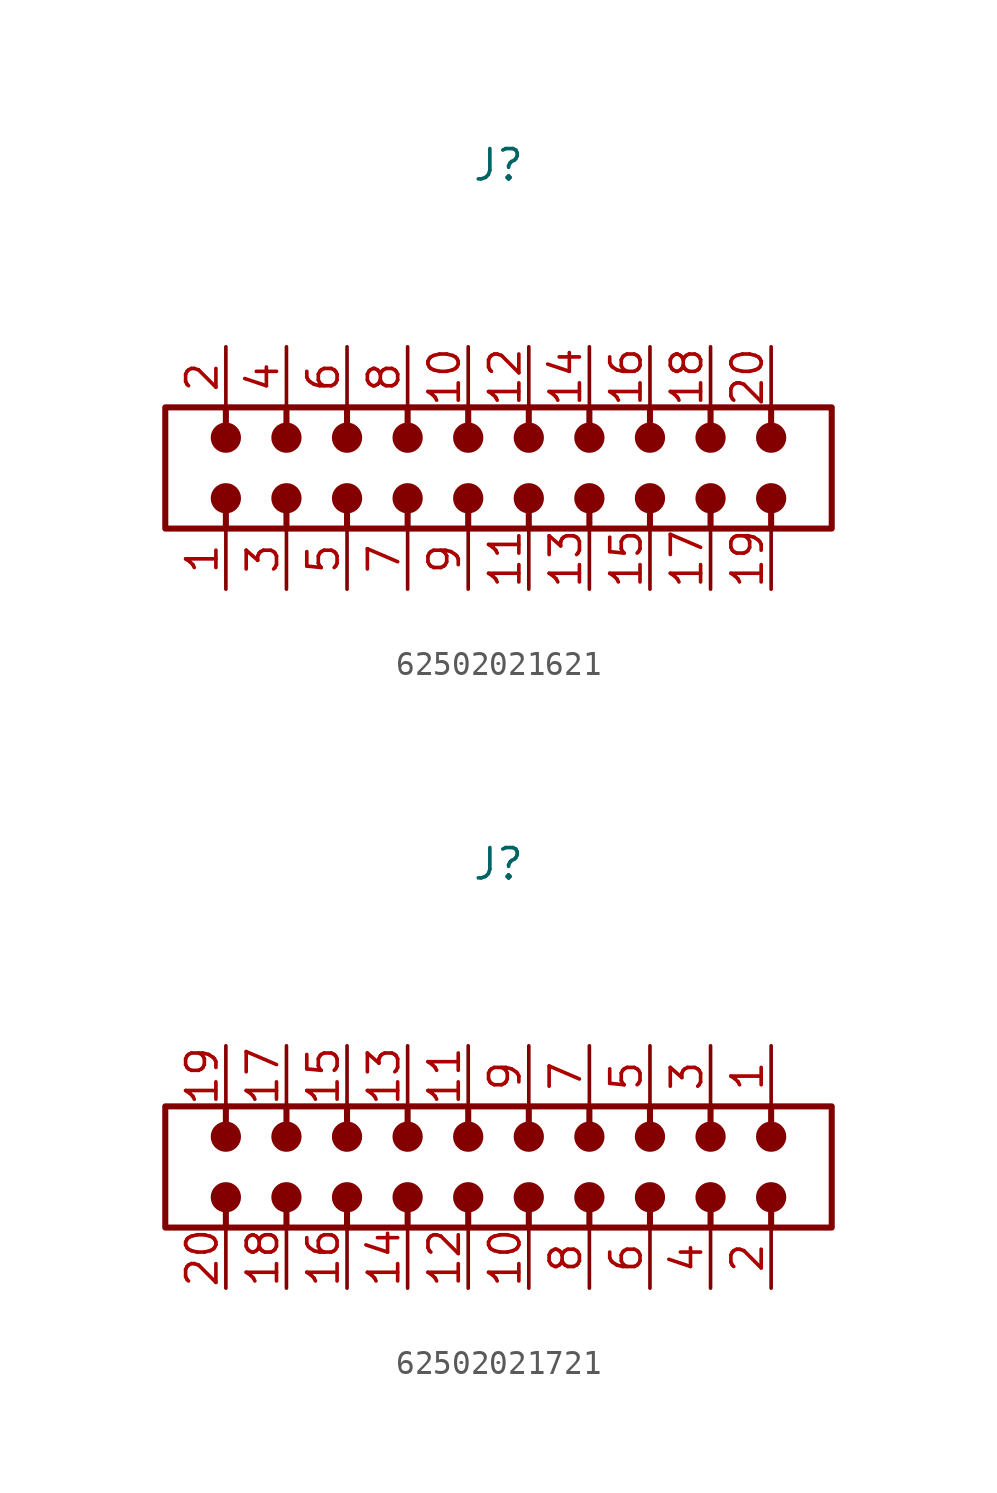
<source format=kicad_sym>
(kicad_symbol_lib
  (version 20241209)
  (generator "kicad_symbol_editor")
  (generator_version "9.0")
  (symbol "62502021621"
    (pin_names
      (hide yes))
    (property "Reference" "J"
      (at 0 12.7 0)
      (effects (font (size 1.27 1.27))))
    (symbol "62502021621_1_1"
      (rectangle (start -13.97 2.54) (end 13.97 -2.54) (stroke (width 0.254) (type solid)) (fill (type none)))
      (polyline (pts (xy -11.43 1.778) (xy -11.43 2.54)) (stroke (width 0.254) (type solid)) (fill (type none)))
      (circle (center -11.43 1.27) (radius 0.508) (stroke (width 0.254) (type solid)) (fill (type outline)))
      (circle (center -11.43 -1.27) (radius 0.508) (stroke (width 0.254) (type solid)) (fill (type outline)))
      (polyline (pts (xy -11.43 -1.778) (xy -11.43 -2.54)) (stroke (width 0.254) (type solid)) (fill (type none)))
      (polyline (pts (xy -8.89 1.778) (xy -8.89 2.54)) (stroke (width 0.254) (type solid)) (fill (type none)))
      (circle (center -8.89 1.27) (radius 0.508) (stroke (width 0.254) (type solid)) (fill (type outline)))
      (circle (center -8.89 -1.27) (radius 0.508) (stroke (width 0.254) (type solid)) (fill (type outline)))
      (polyline (pts (xy -8.89 -1.778) (xy -8.89 -2.54)) (stroke (width 0.254) (type solid)) (fill (type none)))
      (polyline (pts (xy -6.35 1.778) (xy -6.35 2.54)) (stroke (width 0.254) (type solid)) (fill (type none)))
      (circle (center -6.35 1.27) (radius 0.508) (stroke (width 0.254) (type solid)) (fill (type outline)))
      (circle (center -6.35 -1.27) (radius 0.508) (stroke (width 0.254) (type solid)) (fill (type outline)))
      (polyline (pts (xy -6.35 -1.778) (xy -6.35 -2.54)) (stroke (width 0.254) (type solid)) (fill (type none)))
      (polyline (pts (xy -3.81 1.778) (xy -3.81 2.54)) (stroke (width 0.254) (type solid)) (fill (type none)))
      (circle (center -3.81 1.27) (radius 0.508) (stroke (width 0.254) (type solid)) (fill (type outline)))
      (circle (center -3.81 -1.27) (radius 0.508) (stroke (width 0.254) (type solid)) (fill (type outline)))
      (polyline (pts (xy -3.81 -1.778) (xy -3.81 -2.54)) (stroke (width 0.254) (type solid)) (fill (type none)))
      (polyline (pts (xy -1.27 1.778) (xy -1.27 2.54)) (stroke (width 0.254) (type solid)) (fill (type none)))
      (circle (center -1.27 1.27) (radius 0.508) (stroke (width 0.254) (type solid)) (fill (type outline)))
      (circle (center -1.27 -1.27) (radius 0.508) (stroke (width 0.254) (type solid)) (fill (type outline)))
      (polyline (pts (xy -1.27 -1.778) (xy -1.27 -2.54)) (stroke (width 0.254) (type solid)) (fill (type none)))
      (polyline (pts (xy 1.27 1.778) (xy 1.27 2.54)) (stroke (width 0.254) (type solid)) (fill (type none)))
      (circle (center 1.27 1.27) (radius 0.508) (stroke (width 0.254) (type solid)) (fill (type outline)))
      (circle (center 1.27 -1.27) (radius 0.508) (stroke (width 0.254) (type solid)) (fill (type outline)))
      (polyline (pts (xy 1.27 -1.778) (xy 1.27 -2.54)) (stroke (width 0.254) (type solid)) (fill (type none)))
      (polyline (pts (xy 3.81 1.778) (xy 3.81 2.54)) (stroke (width 0.254) (type solid)) (fill (type none)))
      (circle (center 3.81 1.27) (radius 0.508) (stroke (width 0.254) (type solid)) (fill (type outline)))
      (circle (center 3.81 -1.27) (radius 0.508) (stroke (width 0.254) (type solid)) (fill (type outline)))
      (polyline (pts (xy 3.81 -1.778) (xy 3.81 -2.54)) (stroke (width 0.254) (type solid)) (fill (type none)))
      (polyline (pts (xy 6.35 1.778) (xy 6.35 2.54)) (stroke (width 0.254) (type solid)) (fill (type none)))
      (circle (center 6.35 1.27) (radius 0.508) (stroke (width 0.254) (type solid)) (fill (type outline)))
      (circle (center 6.35 -1.27) (radius 0.508) (stroke (width 0.254) (type solid)) (fill (type outline)))
      (polyline (pts (xy 6.35 -1.778) (xy 6.35 -2.54)) (stroke (width 0.254) (type solid)) (fill (type none)))
      (polyline (pts (xy 8.89 1.778) (xy 8.89 2.54)) (stroke (width 0.254) (type solid)) (fill (type none)))
      (circle (center 8.89 1.27) (radius 0.508) (stroke (width 0.254) (type solid)) (fill (type outline)))
      (circle (center 8.89 -1.27) (radius 0.508) (stroke (width 0.254) (type solid)) (fill (type outline)))
      (polyline (pts (xy 8.89 -1.778) (xy 8.89 -2.54)) (stroke (width 0.254) (type solid)) (fill (type none)))
      (polyline (pts (xy 11.43 1.778) (xy 11.43 2.54)) (stroke (width 0.254) (type solid)) (fill (type none)))
      (circle (center 11.43 1.27) (radius 0.508) (stroke (width 0.254) (type solid)) (fill (type outline)))
      (circle (center 11.43 -1.27) (radius 0.508) (stroke (width 0.254) (type solid)) (fill (type outline)))
      (polyline (pts (xy 11.43 -1.778) (xy 11.43 -2.54)) (stroke (width 0.254) (type solid)) (fill (type none)))
      (pin passive line (at -11.43 5.08 270) (length 2.54) (name "2" (effects (font (size 1.27 1.27)))) (number "2" (effects (font (size 1.27 1.27)))))
      (pin passive line (at -11.43 -5.08 90) (length 2.54) (name "1" (effects (font (size 1.27 1.27)))) (number "1" (effects (font (size 1.27 1.27)))))
      (pin passive line (at -8.89 5.08 270) (length 2.54) (name "4" (effects (font (size 1.27 1.27)))) (number "4" (effects (font (size 1.27 1.27)))))
      (pin passive line (at -8.89 -5.08 90) (length 2.54) (name "3" (effects (font (size 1.27 1.27)))) (number "3" (effects (font (size 1.27 1.27)))))
      (pin passive line (at -6.35 5.08 270) (length 2.54) (name "6" (effects (font (size 1.27 1.27)))) (number "6" (effects (font (size 1.27 1.27)))))
      (pin passive line (at -6.35 -5.08 90) (length 2.54) (name "5" (effects (font (size 1.27 1.27)))) (number "5" (effects (font (size 1.27 1.27)))))
      (pin passive line (at -3.81 5.08 270) (length 2.54) (name "8" (effects (font (size 1.27 1.27)))) (number "8" (effects (font (size 1.27 1.27)))))
      (pin passive line (at -3.81 -5.08 90) (length 2.54) (name "7" (effects (font (size 1.27 1.27)))) (number "7" (effects (font (size 1.27 1.27)))))
      (pin passive line (at -1.27 5.08 270) (length 2.54) (name "10" (effects (font (size 1.27 1.27)))) (number "10" (effects (font (size 1.27 1.27)))))
      (pin passive line (at -1.27 -5.08 90) (length 2.54) (name "9" (effects (font (size 1.27 1.27)))) (number "9" (effects (font (size 1.27 1.27)))))
      (pin passive line (at 1.27 5.08 270) (length 2.54) (name "12" (effects (font (size 1.27 1.27)))) (number "12" (effects (font (size 1.27 1.27)))))
      (pin passive line (at 1.27 -5.08 90) (length 2.54) (name "11" (effects (font (size 1.27 1.27)))) (number "11" (effects (font (size 1.27 1.27)))))
      (pin passive line (at 3.81 5.08 270) (length 2.54) (name "14" (effects (font (size 1.27 1.27)))) (number "14" (effects (font (size 1.27 1.27)))))
      (pin passive line (at 3.81 -5.08 90) (length 2.54) (name "13" (effects (font (size 1.27 1.27)))) (number "13" (effects (font (size 1.27 1.27)))))
      (pin passive line (at 6.35 5.08 270) (length 2.54) (name "16" (effects (font (size 1.27 1.27)))) (number "16" (effects (font (size 1.27 1.27)))))
      (pin passive line (at 6.35 -5.08 90) (length 2.54) (name "15" (effects (font (size 1.27 1.27)))) (number "15" (effects (font (size 1.27 1.27)))))
      (pin passive line (at 8.89 5.08 270) (length 2.54) (name "18" (effects (font (size 1.27 1.27)))) (number "18" (effects (font (size 1.27 1.27)))))
      (pin passive line (at 8.89 -5.08 90) (length 2.54) (name "17" (effects (font (size 1.27 1.27)))) (number "17" (effects (font (size 1.27 1.27)))))
      (pin passive line (at 11.43 5.08 270) (length 2.54) (name "20" (effects (font (size 1.27 1.27)))) (number "20" (effects (font (size 1.27 1.27)))))
      (pin passive line (at 11.43 -5.08 90) (length 2.54) (name "19" (effects (font (size 1.27 1.27)))) (number "19" (effects (font (size 1.27 1.27)))))))
  (symbol "62502021721"
    (pin_names
      (hide yes))
    (property "Reference" "J"
      (at 0 12.7 0)
      (effects (font (size 1.27 1.27))))
    (symbol "62502021721_1_1"
      (rectangle (start -13.97 2.54) (end 13.97 -2.54) (stroke (width 0.254) (type solid)) (fill (type none)))
      (polyline (pts (xy -11.43 1.778) (xy -11.43 2.54)) (stroke (width 0.254) (type solid)) (fill (type none)))
      (circle (center -11.43 1.27) (radius 0.508) (stroke (width 0.254) (type solid)) (fill (type outline)))
      (circle (center -11.43 -1.27) (radius 0.508) (stroke (width 0.254) (type solid)) (fill (type outline)))
      (polyline (pts (xy -11.43 -1.778) (xy -11.43 -2.54)) (stroke (width 0.254) (type solid)) (fill (type none)))
      (polyline (pts (xy -8.89 1.778) (xy -8.89 2.54)) (stroke (width 0.254) (type solid)) (fill (type none)))
      (circle (center -8.89 1.27) (radius 0.508) (stroke (width 0.254) (type solid)) (fill (type outline)))
      (circle (center -8.89 -1.27) (radius 0.508) (stroke (width 0.254) (type solid)) (fill (type outline)))
      (polyline (pts (xy -8.89 -1.778) (xy -8.89 -2.54)) (stroke (width 0.254) (type solid)) (fill (type none)))
      (polyline (pts (xy -6.35 1.778) (xy -6.35 2.54)) (stroke (width 0.254) (type solid)) (fill (type none)))
      (circle (center -6.35 1.27) (radius 0.508) (stroke (width 0.254) (type solid)) (fill (type outline)))
      (circle (center -6.35 -1.27) (radius 0.508) (stroke (width 0.254) (type solid)) (fill (type outline)))
      (polyline (pts (xy -6.35 -1.778) (xy -6.35 -2.54)) (stroke (width 0.254) (type solid)) (fill (type none)))
      (polyline (pts (xy -3.81 1.778) (xy -3.81 2.54)) (stroke (width 0.254) (type solid)) (fill (type none)))
      (circle (center -3.81 1.27) (radius 0.508) (stroke (width 0.254) (type solid)) (fill (type outline)))
      (circle (center -3.81 -1.27) (radius 0.508) (stroke (width 0.254) (type solid)) (fill (type outline)))
      (polyline (pts (xy -3.81 -1.778) (xy -3.81 -2.54)) (stroke (width 0.254) (type solid)) (fill (type none)))
      (polyline (pts (xy -1.27 1.778) (xy -1.27 2.54)) (stroke (width 0.254) (type solid)) (fill (type none)))
      (circle (center -1.27 1.27) (radius 0.508) (stroke (width 0.254) (type solid)) (fill (type outline)))
      (circle (center -1.27 -1.27) (radius 0.508) (stroke (width 0.254) (type solid)) (fill (type outline)))
      (polyline (pts (xy -1.27 -1.778) (xy -1.27 -2.54)) (stroke (width 0.254) (type solid)) (fill (type none)))
      (polyline (pts (xy 1.27 1.778) (xy 1.27 2.54)) (stroke (width 0.254) (type solid)) (fill (type none)))
      (circle (center 1.27 1.27) (radius 0.508) (stroke (width 0.254) (type solid)) (fill (type outline)))
      (circle (center 1.27 -1.27) (radius 0.508) (stroke (width 0.254) (type solid)) (fill (type outline)))
      (polyline (pts (xy 1.27 -1.778) (xy 1.27 -2.54)) (stroke (width 0.254) (type solid)) (fill (type none)))
      (polyline (pts (xy 3.81 1.778) (xy 3.81 2.54)) (stroke (width 0.254) (type solid)) (fill (type none)))
      (circle (center 3.81 1.27) (radius 0.508) (stroke (width 0.254) (type solid)) (fill (type outline)))
      (circle (center 3.81 -1.27) (radius 0.508) (stroke (width 0.254) (type solid)) (fill (type outline)))
      (polyline (pts (xy 3.81 -1.778) (xy 3.81 -2.54)) (stroke (width 0.254) (type solid)) (fill (type none)))
      (polyline (pts (xy 6.35 1.778) (xy 6.35 2.54)) (stroke (width 0.254) (type solid)) (fill (type none)))
      (circle (center 6.35 1.27) (radius 0.508) (stroke (width 0.254) (type solid)) (fill (type outline)))
      (circle (center 6.35 -1.27) (radius 0.508) (stroke (width 0.254) (type solid)) (fill (type outline)))
      (polyline (pts (xy 6.35 -1.778) (xy 6.35 -2.54)) (stroke (width 0.254) (type solid)) (fill (type none)))
      (polyline (pts (xy 8.89 1.778) (xy 8.89 2.54)) (stroke (width 0.254) (type solid)) (fill (type none)))
      (circle (center 8.89 1.27) (radius 0.508) (stroke (width 0.254) (type solid)) (fill (type outline)))
      (circle (center 8.89 -1.27) (radius 0.508) (stroke (width 0.254) (type solid)) (fill (type outline)))
      (polyline (pts (xy 8.89 -1.778) (xy 8.89 -2.54)) (stroke (width 0.254) (type solid)) (fill (type none)))
      (polyline (pts (xy 11.43 1.778) (xy 11.43 2.54)) (stroke (width 0.254) (type solid)) (fill (type none)))
      (circle (center 11.43 1.27) (radius 0.508) (stroke (width 0.254) (type solid)) (fill (type outline)))
      (circle (center 11.43 -1.27) (radius 0.508) (stroke (width 0.254) (type solid)) (fill (type outline)))
      (polyline (pts (xy 11.43 -1.778) (xy 11.43 -2.54)) (stroke (width 0.254) (type solid)) (fill (type none)))
      (pin passive line (at -11.43 5.08 270) (length 2.54) (name "19" (effects (font (size 1.27 1.27)))) (number "19" (effects (font (size 1.27 1.27)))))
      (pin passive line (at -11.43 -5.08 90) (length 2.54) (name "20" (effects (font (size 1.27 1.27)))) (number "20" (effects (font (size 1.27 1.27)))))
      (pin passive line (at -8.89 5.08 270) (length 2.54) (name "17" (effects (font (size 1.27 1.27)))) (number "17" (effects (font (size 1.27 1.27)))))
      (pin passive line (at -8.89 -5.08 90) (length 2.54) (name "18" (effects (font (size 1.27 1.27)))) (number "18" (effects (font (size 1.27 1.27)))))
      (pin passive line (at -6.35 5.08 270) (length 2.54) (name "15" (effects (font (size 1.27 1.27)))) (number "15" (effects (font (size 1.27 1.27)))))
      (pin passive line (at -6.35 -5.08 90) (length 2.54) (name "16" (effects (font (size 1.27 1.27)))) (number "16" (effects (font (size 1.27 1.27)))))
      (pin passive line (at -3.81 5.08 270) (length 2.54) (name "13" (effects (font (size 1.27 1.27)))) (number "13" (effects (font (size 1.27 1.27)))))
      (pin passive line (at -3.81 -5.08 90) (length 2.54) (name "14" (effects (font (size 1.27 1.27)))) (number "14" (effects (font (size 1.27 1.27)))))
      (pin passive line (at -1.27 5.08 270) (length 2.54) (name "11" (effects (font (size 1.27 1.27)))) (number "11" (effects (font (size 1.27 1.27)))))
      (pin passive line (at -1.27 -5.08 90) (length 2.54) (name "12" (effects (font (size 1.27 1.27)))) (number "12" (effects (font (size 1.27 1.27)))))
      (pin passive line (at 1.27 5.08 270) (length 2.54) (name "9" (effects (font (size 1.27 1.27)))) (number "9" (effects (font (size 1.27 1.27)))))
      (pin passive line (at 1.27 -5.08 90) (length 2.54) (name "10" (effects (font (size 1.27 1.27)))) (number "10" (effects (font (size 1.27 1.27)))))
      (pin passive line (at 3.81 5.08 270) (length 2.54) (name "7" (effects (font (size 1.27 1.27)))) (number "7" (effects (font (size 1.27 1.27)))))
      (pin passive line (at 3.81 -5.08 90) (length 2.54) (name "8" (effects (font (size 1.27 1.27)))) (number "8" (effects (font (size 1.27 1.27)))))
      (pin passive line (at 6.35 5.08 270) (length 2.54) (name "5" (effects (font (size 1.27 1.27)))) (number "5" (effects (font (size 1.27 1.27)))))
      (pin passive line (at 6.35 -5.08 90) (length 2.54) (name "6" (effects (font (size 1.27 1.27)))) (number "6" (effects (font (size 1.27 1.27)))))
      (pin passive line (at 8.89 5.08 270) (length 2.54) (name "3" (effects (font (size 1.27 1.27)))) (number "3" (effects (font (size 1.27 1.27)))))
      (pin passive line (at 8.89 -5.08 90) (length 2.54) (name "4" (effects (font (size 1.27 1.27)))) (number "4" (effects (font (size 1.27 1.27)))))
      (pin passive line (at 11.43 5.08 270) (length 2.54) (name "1" (effects (font (size 1.27 1.27)))) (number "1" (effects (font (size 1.27 1.27)))))
      (pin passive line (at 11.43 -5.08 90) (length 2.54) (name "2" (effects (font (size 1.27 1.27)))) (number "2" (effects (font (size 1.27 1.27))))))))
</source>
